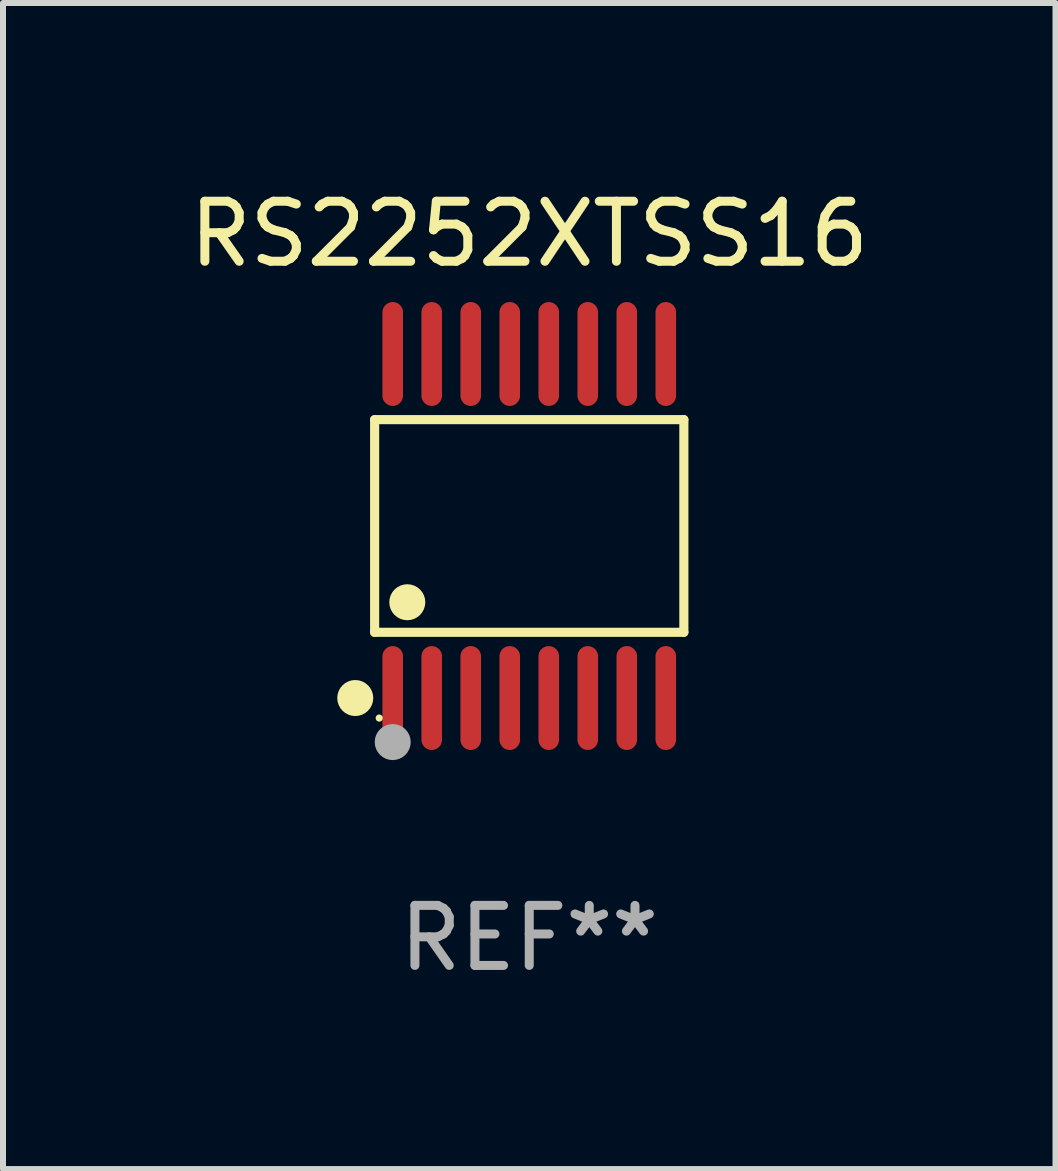
<source format=kicad_pcb>
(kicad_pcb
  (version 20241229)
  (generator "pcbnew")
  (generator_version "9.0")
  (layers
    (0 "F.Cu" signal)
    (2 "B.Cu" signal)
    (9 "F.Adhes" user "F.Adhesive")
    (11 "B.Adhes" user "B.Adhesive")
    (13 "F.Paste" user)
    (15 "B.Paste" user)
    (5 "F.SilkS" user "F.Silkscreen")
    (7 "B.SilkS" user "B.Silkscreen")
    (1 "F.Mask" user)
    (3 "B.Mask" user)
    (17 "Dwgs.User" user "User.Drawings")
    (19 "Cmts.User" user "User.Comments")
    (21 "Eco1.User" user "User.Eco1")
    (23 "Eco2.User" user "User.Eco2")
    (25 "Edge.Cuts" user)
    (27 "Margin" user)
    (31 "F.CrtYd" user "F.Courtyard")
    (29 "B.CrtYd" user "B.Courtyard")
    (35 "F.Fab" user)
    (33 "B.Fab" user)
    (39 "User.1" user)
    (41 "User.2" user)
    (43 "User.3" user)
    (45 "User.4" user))
  (footprint "RS2252XTSS16"
    (layer "F.Cu")
    (at 5.768 5.714)
    (property "Reference" "RS2252XTSS16" (at 0 -4.866 0) (layer "F.SilkS") (effects (font (size 1 1) (thickness 0.15))))
    (attr through_hole)
    (fp_line (start -2.576 -1.772) (end 2.576 -1.772) (stroke (width 0.152) (type solid)) (layer "F.SilkS"))
    (fp_line (start -2.576 1.771) (end -2.576 -1.772) (stroke (width 0.152) (type solid)) (layer "F.SilkS"))
    (fp_line (start 2.576 -1.772) (end 2.576 1.771) (stroke (width 0.152) (type solid)) (layer "F.SilkS"))
    (fp_line (start 2.576 1.771) (end -2.576 1.771) (stroke (width 0.152) (type solid)) (layer "F.SilkS"))
    (fp_circle (center -2.899 2.866) (end -2.749 2.866) (stroke (width 0.3) (type solid)) (fill no) (layer "F.SilkS"))
    (fp_circle (center -2.5 3.2) (end -2.47 3.2) (stroke (width 0.06) (type solid)) (fill no) (layer "F.SilkS"))
    (fp_circle (center -2.032 1.27) (end -1.882 1.27) (stroke (width 0.3) (type solid)) (fill no) (layer "F.SilkS"))
    (fp_circle (center -2.275 3.6) (end -2.125 3.6) (stroke (width 0.3) (type solid)) (fill no) (layer "F.Fab"))
    (fp_text user "REF**" (at 0 6.866 0) (layer "F.Fab") (effects (font (size 1 1) (thickness 0.15))))
    (pad "1" smd oval (at -2.275 2.866) (size 0.343 1.731) (layers "F.Cu" "F.Mask" "F.Paste"))
    (pad "2" smd oval (at -1.625 2.866) (size 0.343 1.731) (layers "F.Cu" "F.Mask" "F.Paste"))
    (pad "3" smd oval (at -0.975 2.866) (size 0.343 1.731) (layers "F.Cu" "F.Mask" "F.Paste"))
    (pad "4" smd oval (at -0.325 2.866) (size 0.343 1.731) (layers "F.Cu" "F.Mask" "F.Paste"))
    (pad "5" smd oval (at 0.325 2.866) (size 0.343 1.731) (layers "F.Cu" "F.Mask" "F.Paste"))
    (pad "6" smd oval (at 0.975 2.866) (size 0.343 1.731) (layers "F.Cu" "F.Mask" "F.Paste"))
    (pad "7" smd oval (at 1.625 2.866) (size 0.343 1.731) (layers "F.Cu" "F.Mask" "F.Paste"))
    (pad "8" smd oval (at 2.275 2.866) (size 0.343 1.731) (layers "F.Cu" "F.Mask" "F.Paste"))
    (pad "9" smd oval (at 2.275 -2.866) (size 0.343 1.731) (layers "F.Cu" "F.Mask" "F.Paste"))
    (pad "10" smd oval (at 1.625 -2.866) (size 0.343 1.731) (layers "F.Cu" "F.Mask" "F.Paste"))
    (pad "11" smd oval (at 0.975 -2.866) (size 0.343 1.731) (layers "F.Cu" "F.Mask" "F.Paste"))
    (pad "12" smd oval (at 0.325 -2.866) (size 0.343 1.731) (layers "F.Cu" "F.Mask" "F.Paste"))
    (pad "13" smd oval (at -0.325 -2.866) (size 0.343 1.731) (layers "F.Cu" "F.Mask" "F.Paste"))
    (pad "14" smd oval (at -0.975 -2.866) (size 0.343 1.731) (layers "F.Cu" "F.Mask" "F.Paste"))
    (pad "15" smd oval (at -1.625 -2.866) (size 0.343 1.731) (layers "F.Cu" "F.Mask" "F.Paste"))
    (pad "16" smd oval (at -2.275 -2.866) (size 0.343 1.731) (layers "F.Cu" "F.Mask" "F.Paste")))
  (gr_rect
    (start -3 -3)
    (end 14.536 16.428)
    (stroke (width 0.1) (type default))
    (fill no)
    (layer "Edge.Cuts")))
</source>
